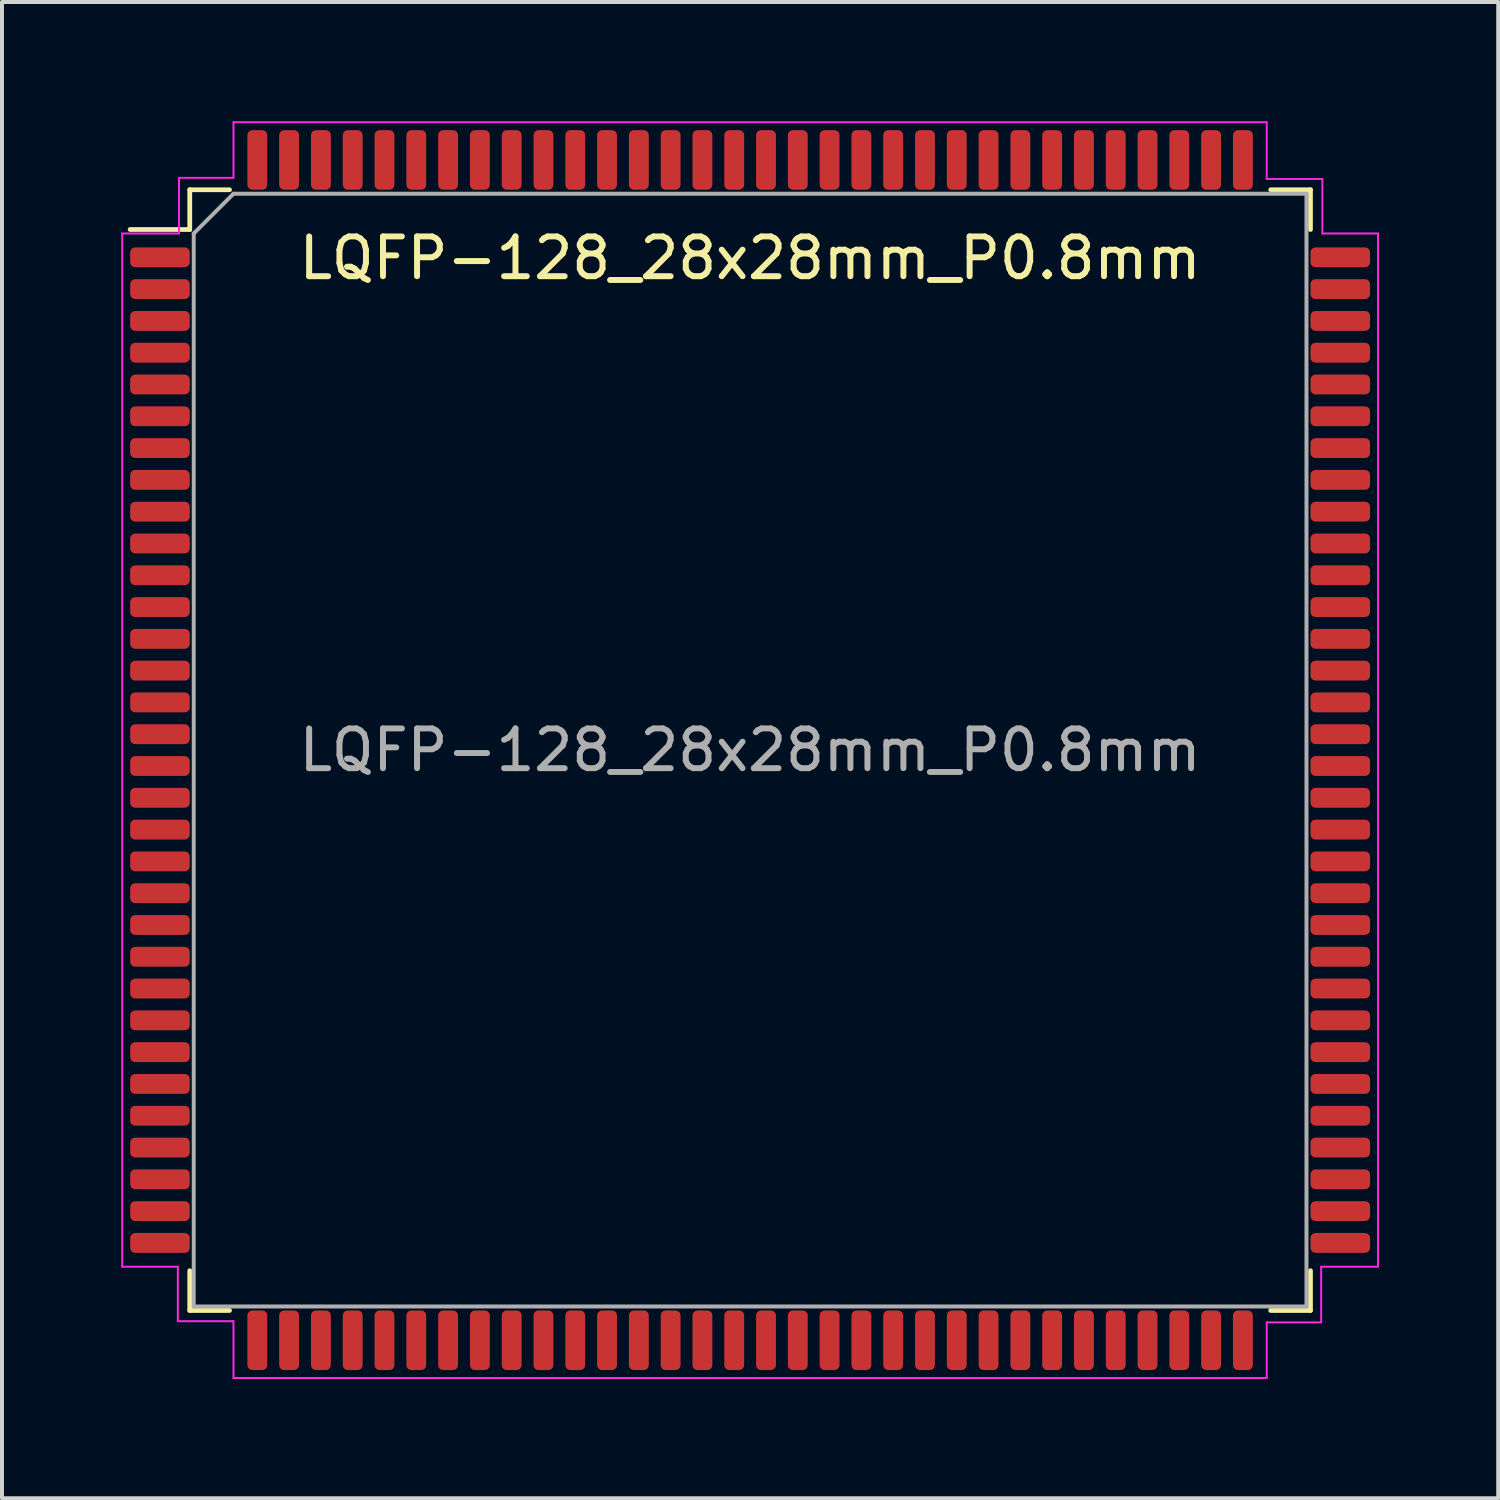
<source format=kicad_pcb>
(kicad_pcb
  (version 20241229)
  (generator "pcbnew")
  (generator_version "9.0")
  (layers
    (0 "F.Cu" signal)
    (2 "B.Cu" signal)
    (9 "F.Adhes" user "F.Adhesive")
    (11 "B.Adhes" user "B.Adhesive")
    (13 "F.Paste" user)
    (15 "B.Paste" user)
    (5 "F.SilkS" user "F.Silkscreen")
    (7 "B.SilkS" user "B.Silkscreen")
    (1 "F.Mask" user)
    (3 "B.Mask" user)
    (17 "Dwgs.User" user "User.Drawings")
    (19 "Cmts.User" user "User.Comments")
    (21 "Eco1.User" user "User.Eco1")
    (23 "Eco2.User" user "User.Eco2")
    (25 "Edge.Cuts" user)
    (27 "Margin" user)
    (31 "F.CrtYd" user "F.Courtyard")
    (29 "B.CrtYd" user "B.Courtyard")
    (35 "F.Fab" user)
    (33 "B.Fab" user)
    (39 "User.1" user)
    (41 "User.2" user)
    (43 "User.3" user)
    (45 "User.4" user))
  (footprint "LQFP-128_28x28mm_P0.8mm"
    (layer "F.Cu")
    (at 15.825 15.825)
    (property "Reference" "LQFP-128_28x28mm_P0.8mm" (at 0 -12.38 0) (layer "F.SilkS") (effects (font (size 1 1) (thickness 0.15))))
    (attr smd)
    (fp_line (start -14.1 -13.1) (end -15.6 -13.1) (stroke (width 0.12) (type solid)) (layer "F.SilkS"))
    (fp_line (start -14.1 -13.1) (end -14.1 -14.1) (stroke (width 0.12) (type solid)) (layer "F.SilkS"))
    (fp_line (start -14.1 13.1) (end -14.1 14.1) (stroke (width 0.12) (type solid)) (layer "F.SilkS"))
    (fp_line (start -13.1 -14.1) (end -14.1 -14.1) (stroke (width 0.12) (type solid)) (layer "F.SilkS"))
    (fp_line (start -13.1 14.1) (end -14.1 14.1) (stroke (width 0.12) (type solid)) (layer "F.SilkS"))
    (fp_line (start 13.1 -14.1) (end 14.1 -14.1) (stroke (width 0.12) (type solid)) (layer "F.SilkS"))
    (fp_line (start 13.1 14.1) (end 14.1 14.1) (stroke (width 0.12) (type solid)) (layer "F.SilkS"))
    (fp_line (start 14.1 -13.1) (end 14.1 -14.1) (stroke (width 0.12) (type solid)) (layer "F.SilkS"))
    (fp_line (start 14.1 13.1) (end 14.1 14.1) (stroke (width 0.12) (type solid)) (layer "F.SilkS"))
    (fp_line (start -15.6 0) (end 15.6 0) (stroke (width 0.05) (type solid)) (layer "Eco1.User"))
    (fp_line (start 0 15.6) (end 0 -15.6) (stroke (width 0.05) (type solid)) (layer "Eco1.User"))
    (fp_line (start -15.8 -13) (end -15.8 13) (stroke (width 0.05) (type solid)) (layer "F.CrtYd"))
    (fp_line (start -15.8 -13) (end -14.37 -13) (stroke (width 0.05) (type solid)) (layer "F.CrtYd"))
    (fp_line (start -15.8 13) (end -14.4 13) (stroke (width 0.05) (type solid)) (layer "F.CrtYd"))
    (fp_line (start -14.4 14.37) (end -14.4 13) (stroke (width 0.05) (type solid)) (layer "F.CrtYd"))
    (fp_line (start -14.37 -14.4) (end -13 -14.4) (stroke (width 0.05) (type solid)) (layer "F.CrtYd"))
    (fp_line (start -14.37 -13) (end -14.37 -14.4) (stroke (width 0.05) (type solid)) (layer "F.CrtYd"))
    (fp_line (start -13 -15.8) (end -13 -14.4) (stroke (width 0.05) (type solid)) (layer "F.CrtYd"))
    (fp_line (start -13 14.37) (end -14.4 14.37) (stroke (width 0.05) (type solid)) (layer "F.CrtYd"))
    (fp_line (start -13 15.8) (end -13 14.37) (stroke (width 0.05) (type solid)) (layer "F.CrtYd"))
    (fp_line (start 13 -15.8) (end -13 -15.8) (stroke (width 0.05) (type solid)) (layer "F.CrtYd"))
    (fp_line (start 13 -15.8) (end 13 -14.37) (stroke (width 0.05) (type solid)) (layer "F.CrtYd"))
    (fp_line (start 13 -14.37) (end 14.4 -14.37) (stroke (width 0.05) (type solid)) (layer "F.CrtYd"))
    (fp_line (start 13 15.8) (end -13 15.8) (stroke (width 0.05) (type solid)) (layer "F.CrtYd"))
    (fp_line (start 13 15.8) (end 13 14.4) (stroke (width 0.05) (type solid)) (layer "F.CrtYd"))
    (fp_line (start 14.37 13) (end 14.37 14.4) (stroke (width 0.05) (type solid)) (layer "F.CrtYd"))
    (fp_line (start 14.37 14.4) (end 13 14.4) (stroke (width 0.05) (type solid)) (layer "F.CrtYd"))
    (fp_line (start 14.4 -14.37) (end 14.4 -13) (stroke (width 0.05) (type solid)) (layer "F.CrtYd"))
    (fp_line (start 15.8 -13) (end 14.4 -13) (stroke (width 0.05) (type solid)) (layer "F.CrtYd"))
    (fp_line (start 15.8 13) (end 14.37 13) (stroke (width 0.05) (type solid)) (layer "F.CrtYd"))
    (fp_line (start 15.8 13) (end 15.8 -13) (stroke (width 0.05) (type solid)) (layer "F.CrtYd"))
    (fp_line (start -14 -13) (end -13 -14) (stroke (width 0.1) (type solid)) (layer "F.Fab"))
    (fp_line (start -14 14) (end -14 -13) (stroke (width 0.1) (type solid)) (layer "F.Fab"))
    (fp_line (start -13 -14) (end 14 -14) (stroke (width 0.1) (type solid)) (layer "F.Fab"))
    (fp_line (start 14 -14) (end 14 14) (stroke (width 0.1) (type solid)) (layer "F.Fab"))
    (fp_line (start 14 14) (end -14 14) (stroke (width 0.1) (type solid)) (layer "F.Fab"))
    (fp_text user "${REFERENCE}" (at 0 0 0) (layer "F.Fab") (effects (font (size 1 1) (thickness 0.15))))
    (pad "1" smd roundrect (at -14.85 -12.4) (size 1.5 0.5) (layers "F.Cu" "F.Mask" "F.Paste") (roundrect_rratio 0.25))
    (pad "2" smd roundrect (at -14.85 -11.6) (size 1.5 0.5) (layers "F.Cu" "F.Mask" "F.Paste") (roundrect_rratio 0.25))
    (pad "3" smd roundrect (at -14.85 -10.8) (size 1.5 0.5) (layers "F.Cu" "F.Mask" "F.Paste") (roundrect_rratio 0.25))
    (pad "4" smd roundrect (at -14.85 -10) (size 1.5 0.5) (layers "F.Cu" "F.Mask" "F.Paste") (roundrect_rratio 0.25))
    (pad "5" smd roundrect (at -14.85 -9.2) (size 1.5 0.5) (layers "F.Cu" "F.Mask" "F.Paste") (roundrect_rratio 0.25))
    (pad "6" smd roundrect (at -14.85 -8.4) (size 1.5 0.5) (layers "F.Cu" "F.Mask" "F.Paste") (roundrect_rratio 0.25))
    (pad "7" smd roundrect (at -14.85 -7.6) (size 1.5 0.5) (layers "F.Cu" "F.Mask" "F.Paste") (roundrect_rratio 0.25))
    (pad "8" smd roundrect (at -14.85 -6.8) (size 1.5 0.5) (layers "F.Cu" "F.Mask" "F.Paste") (roundrect_rratio 0.25))
    (pad "9" smd roundrect (at -14.85 -6) (size 1.5 0.5) (layers "F.Cu" "F.Mask" "F.Paste") (roundrect_rratio 0.25))
    (pad "10" smd roundrect (at -14.85 -5.2) (size 1.5 0.5) (layers "F.Cu" "F.Mask" "F.Paste") (roundrect_rratio 0.25))
    (pad "11" smd roundrect (at -14.85 -4.4) (size 1.5 0.5) (layers "F.Cu" "F.Mask" "F.Paste") (roundrect_rratio 0.25))
    (pad "12" smd roundrect (at -14.85 -3.6) (size 1.5 0.5) (layers "F.Cu" "F.Mask" "F.Paste") (roundrect_rratio 0.25))
    (pad "13" smd roundrect (at -14.85 -2.8) (size 1.5 0.5) (layers "F.Cu" "F.Mask" "F.Paste") (roundrect_rratio 0.25))
    (pad "14" smd roundrect (at -14.85 -2) (size 1.5 0.5) (layers "F.Cu" "F.Mask" "F.Paste") (roundrect_rratio 0.25))
    (pad "15" smd roundrect (at -14.85 -1.2) (size 1.5 0.5) (layers "F.Cu" "F.Mask" "F.Paste") (roundrect_rratio 0.25))
    (pad "16" smd roundrect (at -14.85 -0.4) (size 1.5 0.5) (layers "F.Cu" "F.Mask" "F.Paste") (roundrect_rratio 0.25))
    (pad "17" smd roundrect (at -14.85 0.4) (size 1.5 0.5) (layers "F.Cu" "F.Mask" "F.Paste") (roundrect_rratio 0.25))
    (pad "18" smd roundrect (at -14.85 1.2) (size 1.5 0.5) (layers "F.Cu" "F.Mask" "F.Paste") (roundrect_rratio 0.25))
    (pad "19" smd roundrect (at -14.85 2) (size 1.5 0.5) (layers "F.Cu" "F.Mask" "F.Paste") (roundrect_rratio 0.25))
    (pad "20" smd roundrect (at -14.85 2.8) (size 1.5 0.5) (layers "F.Cu" "F.Mask" "F.Paste") (roundrect_rratio 0.25))
    (pad "21" smd roundrect (at -14.85 3.6) (size 1.5 0.5) (layers "F.Cu" "F.Mask" "F.Paste") (roundrect_rratio 0.25))
    (pad "22" smd roundrect (at -14.85 4.4) (size 1.5 0.5) (layers "F.Cu" "F.Mask" "F.Paste") (roundrect_rratio 0.25))
    (pad "23" smd roundrect (at -14.85 5.2) (size 1.5 0.5) (layers "F.Cu" "F.Mask" "F.Paste") (roundrect_rratio 0.25))
    (pad "24" smd roundrect (at -14.85 6) (size 1.5 0.5) (layers "F.Cu" "F.Mask" "F.Paste") (roundrect_rratio 0.25))
    (pad "25" smd roundrect (at -14.85 6.8) (size 1.5 0.5) (layers "F.Cu" "F.Mask" "F.Paste") (roundrect_rratio 0.25))
    (pad "26" smd roundrect (at -14.85 7.6) (size 1.5 0.5) (layers "F.Cu" "F.Mask" "F.Paste") (roundrect_rratio 0.25))
    (pad "27" smd roundrect (at -14.85 8.4) (size 1.5 0.5) (layers "F.Cu" "F.Mask" "F.Paste") (roundrect_rratio 0.25))
    (pad "28" smd roundrect (at -14.85 9.2) (size 1.5 0.5) (layers "F.Cu" "F.Mask" "F.Paste") (roundrect_rratio 0.25))
    (pad "29" smd roundrect (at -14.85 10) (size 1.5 0.5) (layers "F.Cu" "F.Mask" "F.Paste") (roundrect_rratio 0.25))
    (pad "30" smd roundrect (at -14.85 10.8) (size 1.5 0.5) (layers "F.Cu" "F.Mask" "F.Paste") (roundrect_rratio 0.25))
    (pad "31" smd roundrect (at -14.85 11.6) (size 1.5 0.5) (layers "F.Cu" "F.Mask" "F.Paste") (roundrect_rratio 0.25))
    (pad "32" smd roundrect (at -14.85 12.4) (size 1.5 0.5) (layers "F.Cu" "F.Mask" "F.Paste") (roundrect_rratio 0.25))
    (pad "33" smd roundrect (at -12.4 14.85 180) (size 0.5 1.5) (layers "F.Cu" "F.Mask" "F.Paste") (roundrect_rratio 0.25))
    (pad "34" smd roundrect (at -11.6 14.85 180) (size 0.5 1.5) (layers "F.Cu" "F.Mask" "F.Paste") (roundrect_rratio 0.25))
    (pad "35" smd roundrect (at -10.8 14.85 180) (size 0.5 1.5) (layers "F.Cu" "F.Mask" "F.Paste") (roundrect_rratio 0.25))
    (pad "36" smd roundrect (at -10 14.85 180) (size 0.5 1.5) (layers "F.Cu" "F.Mask" "F.Paste") (roundrect_rratio 0.25))
    (pad "37" smd roundrect (at -9.2 14.85 180) (size 0.5 1.5) (layers "F.Cu" "F.Mask" "F.Paste") (roundrect_rratio 0.25))
    (pad "38" smd roundrect (at -8.4 14.85 180) (size 0.5 1.5) (layers "F.Cu" "F.Mask" "F.Paste") (roundrect_rratio 0.25))
    (pad "39" smd roundrect (at -7.6 14.85 180) (size 0.5 1.5) (layers "F.Cu" "F.Mask" "F.Paste") (roundrect_rratio 0.25))
    (pad "40" smd roundrect (at -6.8 14.85 180) (size 0.5 1.5) (layers "F.Cu" "F.Mask" "F.Paste") (roundrect_rratio 0.25))
    (pad "41" smd roundrect (at -6 14.85 180) (size 0.5 1.5) (layers "F.Cu" "F.Mask" "F.Paste") (roundrect_rratio 0.25))
    (pad "42" smd roundrect (at -5.2 14.85 180) (size 0.5 1.5) (layers "F.Cu" "F.Mask" "F.Paste") (roundrect_rratio 0.25))
    (pad "43" smd roundrect (at -4.4 14.85 180) (size 0.5 1.5) (layers "F.Cu" "F.Mask" "F.Paste") (roundrect_rratio 0.25))
    (pad "44" smd roundrect (at -3.6 14.85 180) (size 0.5 1.5) (layers "F.Cu" "F.Mask" "F.Paste") (roundrect_rratio 0.25))
    (pad "45" smd roundrect (at -2.8 14.85 180) (size 0.5 1.5) (layers "F.Cu" "F.Mask" "F.Paste") (roundrect_rratio 0.25))
    (pad "46" smd roundrect (at -2 14.85 180) (size 0.5 1.5) (layers "F.Cu" "F.Mask" "F.Paste") (roundrect_rratio 0.25))
    (pad "47" smd roundrect (at -1.2 14.85 180) (size 0.5 1.5) (layers "F.Cu" "F.Mask" "F.Paste") (roundrect_rratio 0.25))
    (pad "48" smd roundrect (at -0.4 14.85 180) (size 0.5 1.5) (layers "F.Cu" "F.Mask" "F.Paste") (roundrect_rratio 0.25))
    (pad "49" smd roundrect (at 0.4 14.85 180) (size 0.5 1.5) (layers "F.Cu" "F.Mask" "F.Paste") (roundrect_rratio 0.25))
    (pad "50" smd roundrect (at 1.2 14.85 180) (size 0.5 1.5) (layers "F.Cu" "F.Mask" "F.Paste") (roundrect_rratio 0.25))
    (pad "51" smd roundrect (at 2 14.85 180) (size 0.5 1.5) (layers "F.Cu" "F.Mask" "F.Paste") (roundrect_rratio 0.25))
    (pad "52" smd roundrect (at 2.8 14.85 180) (size 0.5 1.5) (layers "F.Cu" "F.Mask" "F.Paste") (roundrect_rratio 0.25))
    (pad "53" smd roundrect (at 3.6 14.85 180) (size 0.5 1.5) (layers "F.Cu" "F.Mask" "F.Paste") (roundrect_rratio 0.25))
    (pad "54" smd roundrect (at 4.4 14.85 180) (size 0.5 1.5) (layers "F.Cu" "F.Mask" "F.Paste") (roundrect_rratio 0.25))
    (pad "55" smd roundrect (at 5.2 14.85 180) (size 0.5 1.5) (layers "F.Cu" "F.Mask" "F.Paste") (roundrect_rratio 0.25))
    (pad "56" smd roundrect (at 6 14.85 180) (size 0.5 1.5) (layers "F.Cu" "F.Mask" "F.Paste") (roundrect_rratio 0.25))
    (pad "57" smd roundrect (at 6.8 14.85 180) (size 0.5 1.5) (layers "F.Cu" "F.Mask" "F.Paste") (roundrect_rratio 0.25))
    (pad "58" smd roundrect (at 7.6 14.85 180) (size 0.5 1.5) (layers "F.Cu" "F.Mask" "F.Paste") (roundrect_rratio 0.25))
    (pad "59" smd roundrect (at 8.4 14.85 180) (size 0.5 1.5) (layers "F.Cu" "F.Mask" "F.Paste") (roundrect_rratio 0.25))
    (pad "60" smd roundrect (at 9.2 14.85 180) (size 0.5 1.5) (layers "F.Cu" "F.Mask" "F.Paste") (roundrect_rratio 0.25))
    (pad "61" smd roundrect (at 10 14.85 180) (size 0.5 1.5) (layers "F.Cu" "F.Mask" "F.Paste") (roundrect_rratio 0.25))
    (pad "62" smd roundrect (at 10.8 14.85 180) (size 0.5 1.5) (layers "F.Cu" "F.Mask" "F.Paste") (roundrect_rratio 0.25))
    (pad "63" smd roundrect (at 11.6 14.85 180) (size 0.5 1.5) (layers "F.Cu" "F.Mask" "F.Paste") (roundrect_rratio 0.25))
    (pad "64" smd roundrect (at 12.4 14.85 180) (size 0.5 1.5) (layers "F.Cu" "F.Mask" "F.Paste") (roundrect_rratio 0.25))
    (pad "65" smd roundrect (at 14.85 12.4 180) (size 1.5 0.5) (layers "F.Cu" "F.Mask" "F.Paste") (roundrect_rratio 0.25))
    (pad "66" smd roundrect (at 14.85 11.6 180) (size 1.5 0.5) (layers "F.Cu" "F.Mask" "F.Paste") (roundrect_rratio 0.25))
    (pad "67" smd roundrect (at 14.85 10.8 180) (size 1.5 0.5) (layers "F.Cu" "F.Mask" "F.Paste") (roundrect_rratio 0.25))
    (pad "68" smd roundrect (at 14.85 10 180) (size 1.5 0.5) (layers "F.Cu" "F.Mask" "F.Paste") (roundrect_rratio 0.25))
    (pad "69" smd roundrect (at 14.85 9.2 180) (size 1.5 0.5) (layers "F.Cu" "F.Mask" "F.Paste") (roundrect_rratio 0.25))
    (pad "70" smd roundrect (at 14.85 8.4 180) (size 1.5 0.5) (layers "F.Cu" "F.Mask" "F.Paste") (roundrect_rratio 0.25))
    (pad "71" smd roundrect (at 14.85 7.6 180) (size 1.5 0.5) (layers "F.Cu" "F.Mask" "F.Paste") (roundrect_rratio 0.25))
    (pad "72" smd roundrect (at 14.85 6.8 180) (size 1.5 0.5) (layers "F.Cu" "F.Mask" "F.Paste") (roundrect_rratio 0.25))
    (pad "73" smd roundrect (at 14.85 6 180) (size 1.5 0.5) (layers "F.Cu" "F.Mask" "F.Paste") (roundrect_rratio 0.25))
    (pad "74" smd roundrect (at 14.85 5.2 180) (size 1.5 0.5) (layers "F.Cu" "F.Mask" "F.Paste") (roundrect_rratio 0.25))
    (pad "75" smd roundrect (at 14.85 4.4 180) (size 1.5 0.5) (layers "F.Cu" "F.Mask" "F.Paste") (roundrect_rratio 0.25))
    (pad "76" smd roundrect (at 14.85 3.6 180) (size 1.5 0.5) (layers "F.Cu" "F.Mask" "F.Paste") (roundrect_rratio 0.25))
    (pad "77" smd roundrect (at 14.85 2.8 180) (size 1.5 0.5) (layers "F.Cu" "F.Mask" "F.Paste") (roundrect_rratio 0.25))
    (pad "78" smd roundrect (at 14.85 2 180) (size 1.5 0.5) (layers "F.Cu" "F.Mask" "F.Paste") (roundrect_rratio 0.25))
    (pad "79" smd roundrect (at 14.85 1.2 180) (size 1.5 0.5) (layers "F.Cu" "F.Mask" "F.Paste") (roundrect_rratio 0.25))
    (pad "80" smd roundrect (at 14.85 0.4 180) (size 1.5 0.5) (layers "F.Cu" "F.Mask" "F.Paste") (roundrect_rratio 0.25))
    (pad "81" smd roundrect (at 14.85 -0.4 180) (size 1.5 0.5) (layers "F.Cu" "F.Mask" "F.Paste") (roundrect_rratio 0.25))
    (pad "82" smd roundrect (at 14.85 -1.2 180) (size 1.5 0.5) (layers "F.Cu" "F.Mask" "F.Paste") (roundrect_rratio 0.25))
    (pad "83" smd roundrect (at 14.85 -2 180) (size 1.5 0.5) (layers "F.Cu" "F.Mask" "F.Paste") (roundrect_rratio 0.25))
    (pad "84" smd roundrect (at 14.85 -2.8 180) (size 1.5 0.5) (layers "F.Cu" "F.Mask" "F.Paste") (roundrect_rratio 0.25))
    (pad "85" smd roundrect (at 14.85 -3.6 180) (size 1.5 0.5) (layers "F.Cu" "F.Mask" "F.Paste") (roundrect_rratio 0.25))
    (pad "86" smd roundrect (at 14.85 -4.4 180) (size 1.5 0.5) (layers "F.Cu" "F.Mask" "F.Paste") (roundrect_rratio 0.25))
    (pad "87" smd roundrect (at 14.85 -5.2 180) (size 1.5 0.5) (layers "F.Cu" "F.Mask" "F.Paste") (roundrect_rratio 0.25))
    (pad "88" smd roundrect (at 14.85 -6 180) (size 1.5 0.5) (layers "F.Cu" "F.Mask" "F.Paste") (roundrect_rratio 0.25))
    (pad "89" smd roundrect (at 14.85 -6.8 180) (size 1.5 0.5) (layers "F.Cu" "F.Mask" "F.Paste") (roundrect_rratio 0.25))
    (pad "90" smd roundrect (at 14.85 -7.6 180) (size 1.5 0.5) (layers "F.Cu" "F.Mask" "F.Paste") (roundrect_rratio 0.25))
    (pad "91" smd roundrect (at 14.85 -8.4 180) (size 1.5 0.5) (layers "F.Cu" "F.Mask" "F.Paste") (roundrect_rratio 0.25))
    (pad "92" smd roundrect (at 14.85 -9.2 180) (size 1.5 0.5) (layers "F.Cu" "F.Mask" "F.Paste") (roundrect_rratio 0.25))
    (pad "93" smd roundrect (at 14.85 -10 180) (size 1.5 0.5) (layers "F.Cu" "F.Mask" "F.Paste") (roundrect_rratio 0.25))
    (pad "94" smd roundrect (at 14.85 -10.8 180) (size 1.5 0.5) (layers "F.Cu" "F.Mask" "F.Paste") (roundrect_rratio 0.25))
    (pad "95" smd roundrect (at 14.85 -11.6 180) (size 1.5 0.5) (layers "F.Cu" "F.Mask" "F.Paste") (roundrect_rratio 0.25))
    (pad "96" smd roundrect (at 14.85 -12.4 180) (size 1.5 0.5) (layers "F.Cu" "F.Mask" "F.Paste") (roundrect_rratio 0.25))
    (pad "97" smd roundrect (at 12.4 -14.85 180) (size 0.5 1.5) (layers "F.Cu" "F.Mask" "F.Paste") (roundrect_rratio 0.25))
    (pad "98" smd roundrect (at 11.6 -14.85 180) (size 0.5 1.5) (layers "F.Cu" "F.Mask" "F.Paste") (roundrect_rratio 0.25))
    (pad "99" smd roundrect (at 10.8 -14.85 180) (size 0.5 1.5) (layers "F.Cu" "F.Mask" "F.Paste") (roundrect_rratio 0.25))
    (pad "100" smd roundrect (at 10 -14.85 180) (size 0.5 1.5) (layers "F.Cu" "F.Mask" "F.Paste") (roundrect_rratio 0.25))
    (pad "101" smd roundrect (at 9.2 -14.85 180) (size 0.5 1.5) (layers "F.Cu" "F.Mask" "F.Paste") (roundrect_rratio 0.25))
    (pad "102" smd roundrect (at 8.4 -14.85 180) (size 0.5 1.5) (layers "F.Cu" "F.Mask" "F.Paste") (roundrect_rratio 0.25))
    (pad "103" smd roundrect (at 7.6 -14.85 180) (size 0.5 1.5) (layers "F.Cu" "F.Mask" "F.Paste") (roundrect_rratio 0.25))
    (pad "104" smd roundrect (at 6.8 -14.85 180) (size 0.5 1.5) (layers "F.Cu" "F.Mask" "F.Paste") (roundrect_rratio 0.25))
    (pad "105" smd roundrect (at 6 -14.85 180) (size 0.5 1.5) (layers "F.Cu" "F.Mask" "F.Paste") (roundrect_rratio 0.25))
    (pad "106" smd roundrect (at 5.2 -14.85 180) (size 0.5 1.5) (layers "F.Cu" "F.Mask" "F.Paste") (roundrect_rratio 0.25))
    (pad "107" smd roundrect (at 4.4 -14.85 180) (size 0.5 1.5) (layers "F.Cu" "F.Mask" "F.Paste") (roundrect_rratio 0.25))
    (pad "108" smd roundrect (at 3.6 -14.85 180) (size 0.5 1.5) (layers "F.Cu" "F.Mask" "F.Paste") (roundrect_rratio 0.25))
    (pad "109" smd roundrect (at 2.8 -14.85 180) (size 0.5 1.5) (layers "F.Cu" "F.Mask" "F.Paste") (roundrect_rratio 0.25))
    (pad "110" smd roundrect (at 2 -14.85 180) (size 0.5 1.5) (layers "F.Cu" "F.Mask" "F.Paste") (roundrect_rratio 0.25))
    (pad "111" smd roundrect (at 1.2 -14.85 180) (size 0.5 1.5) (layers "F.Cu" "F.Mask" "F.Paste") (roundrect_rratio 0.25))
    (pad "112" smd roundrect (at 0.4 -14.85 180) (size 0.5 1.5) (layers "F.Cu" "F.Mask" "F.Paste") (roundrect_rratio 0.25))
    (pad "113" smd roundrect (at -0.4 -14.85 180) (size 0.5 1.5) (layers "F.Cu" "F.Mask" "F.Paste") (roundrect_rratio 0.25))
    (pad "114" smd roundrect (at -1.2 -14.85 180) (size 0.5 1.5) (layers "F.Cu" "F.Mask" "F.Paste") (roundrect_rratio 0.25))
    (pad "115" smd roundrect (at -2 -14.85 180) (size 0.5 1.5) (layers "F.Cu" "F.Mask" "F.Paste") (roundrect_rratio 0.25))
    (pad "116" smd roundrect (at -2.8 -14.85 180) (size 0.5 1.5) (layers "F.Cu" "F.Mask" "F.Paste") (roundrect_rratio 0.25))
    (pad "117" smd roundrect (at -3.6 -14.85 180) (size 0.5 1.5) (layers "F.Cu" "F.Mask" "F.Paste") (roundrect_rratio 0.25))
    (pad "118" smd roundrect (at -4.4 -14.85 180) (size 0.5 1.5) (layers "F.Cu" "F.Mask" "F.Paste") (roundrect_rratio 0.25))
    (pad "119" smd roundrect (at -5.2 -14.85 180) (size 0.5 1.5) (layers "F.Cu" "F.Mask" "F.Paste") (roundrect_rratio 0.25))
    (pad "120" smd roundrect (at -6 -14.85 180) (size 0.5 1.5) (layers "F.Cu" "F.Mask" "F.Paste") (roundrect_rratio 0.25))
    (pad "121" smd roundrect (at -6.8 -14.85 180) (size 0.5 1.5) (layers "F.Cu" "F.Mask" "F.Paste") (roundrect_rratio 0.25))
    (pad "122" smd roundrect (at -7.6 -14.85 180) (size 0.5 1.5) (layers "F.Cu" "F.Mask" "F.Paste") (roundrect_rratio 0.25))
    (pad "123" smd roundrect (at -8.4 -14.85 180) (size 0.5 1.5) (layers "F.Cu" "F.Mask" "F.Paste") (roundrect_rratio 0.25))
    (pad "124" smd roundrect (at -9.2 -14.85 180) (size 0.5 1.5) (layers "F.Cu" "F.Mask" "F.Paste") (roundrect_rratio 0.25))
    (pad "125" smd roundrect (at -10 -14.85 180) (size 0.5 1.5) (layers "F.Cu" "F.Mask" "F.Paste") (roundrect_rratio 0.25))
    (pad "126" smd roundrect (at -10.8 -14.85 180) (size 0.5 1.5) (layers "F.Cu" "F.Mask" "F.Paste") (roundrect_rratio 0.25))
    (pad "127" smd roundrect (at -11.6 -14.85 180) (size 0.5 1.5) (layers "F.Cu" "F.Mask" "F.Paste") (roundrect_rratio 0.25))
    (pad "128" smd roundrect (at -12.4 -14.85 180) (size 0.5 1.5) (layers "F.Cu" "F.Mask" "F.Paste") (roundrect_rratio 0.25)))
  (gr_rect
    (start -3 -3)
    (end 34.65 34.65)
    (stroke (width 0.1) (type default))
    (fill no)
    (layer "Edge.Cuts")))
</source>
